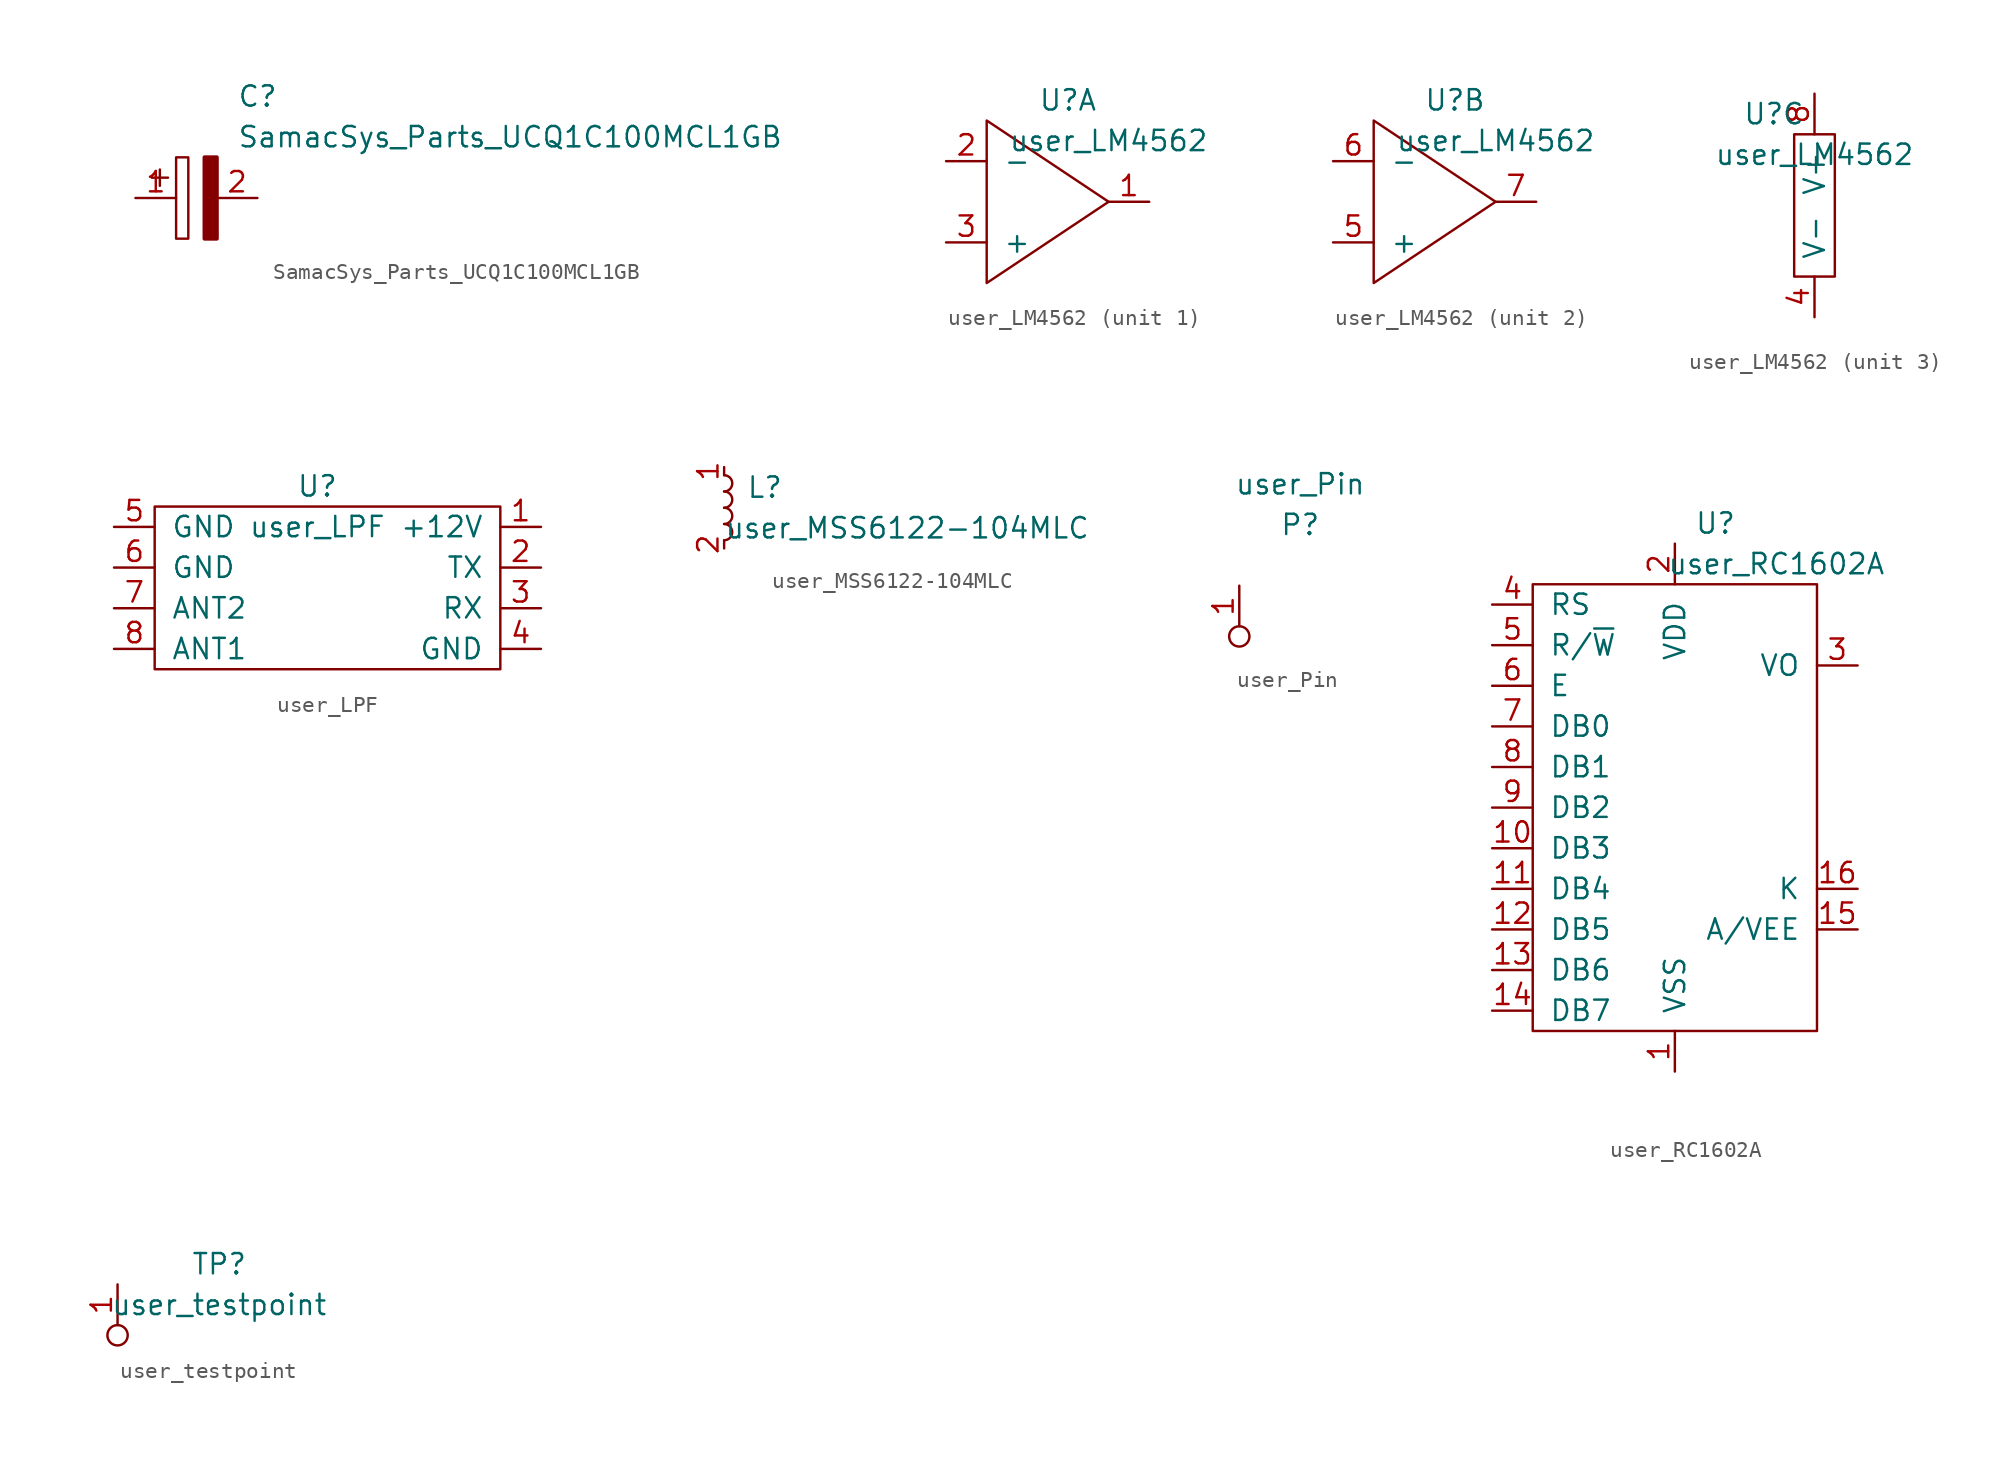
<source format=kicad_sym>
(kicad_symbol_lib
  (version 20211014)
  (generator kicad_symbol_editor)
  (symbol "SamacSys_Parts_UCQ1C100MCL1GB"
    (pin_names
      (offset 0.762))
    (property "Reference" "C"
      (at 8.89 6.35 0)
      (effects (font (size 1.27 1.27)) (justify left)))
    (property "Value" "SamacSys_Parts_UCQ1C100MCL1GB"
      (at 8.89 3.81 0)
      (effects (font (size 1.27 1.27)) (justify left)))
    (symbol "SamacSys_Parts_UCQ1C100MCL1GB_0_0"
      (pin passive line (at 2.54 0 0) (length 2.54) (name "~" (effects (font (size 1.27 1.27)))) (number "1" (effects (font (size 1.27 1.27)))))
      (pin passive line (at 10.16 0 180) (length 2.54) (name "~" (effects (font (size 1.27 1.27)))) (number "2" (effects (font (size 1.27 1.27))))))
    (symbol "SamacSys_Parts_UCQ1C100MCL1GB_0_1"
      (polyline (pts (xy 4.064 1.778) (xy 4.064 0.762)) (stroke (width 0.152) (type default) (color 0 0 0 0)) (fill (type none)))
      (polyline (pts (xy 4.572 1.27) (xy 3.556 1.27)) (stroke (width 0.152) (type default) (color 0 0 0 0)) (fill (type none)))
      (polyline (pts (xy 5.08 2.54) (xy 5.08 -2.54) (xy 5.842 -2.54) (xy 5.842 2.54) (xy 5.08 2.54)) (stroke (width 0.152) (type default) (color 0 0 0 0)) (fill (type none)))
      (polyline (pts (xy 7.62 2.54) (xy 7.62 -2.54) (xy 6.858 -2.54) (xy 6.858 2.54) (xy 7.62 2.54)) (stroke (width 0.254) (type default) (color 0 0 0 0)) (fill (type outline)))))
  (symbol "user_LM4562"
    (pin_names
      (offset 1.016))
    (property "Reference" "U"
      (at -2.54 6.35 0)
      (effects (font (size 1.27 1.27))))
    (property "Value" "user_LM4562"
      (at 0 3.81 0)
      (effects (font (size 1.27 1.27))))
    (property "ki_locked" ""
      (at 0 0 0)
      (effects (font (size 1.27 1.27))))
    (symbol "user_LM4562_1_1"
      (polyline (pts (xy -7.62 5.08) (xy -7.62 -5.08) (xy 0 0) (xy -7.62 5.08)) (stroke (width 0) (type default) (color 0 0 0 0)) (fill (type none)))
      (pin output line (at 2.54 0 180) (length 2.54) (name "~" (effects (font (size 1.27 1.27)))) (number "1" (effects (font (size 1.27 1.27)))))
      (pin input line (at -10.16 2.54 0) (length 2.54) (name "-" (effects (font (size 1.27 1.27)))) (number "2" (effects (font (size 1.27 1.27)))))
      (pin input line (at -10.16 -2.54 0) (length 2.54) (name "+" (effects (font (size 1.27 1.27)))) (number "3" (effects (font (size 1.27 1.27))))))
    (symbol "user_LM4562_2_1"
      (polyline (pts (xy -7.62 5.08) (xy -7.62 -5.08) (xy 0 0) (xy -7.62 5.08)) (stroke (width 0) (type default) (color 0 0 0 0)) (fill (type none)))
      (pin input line (at -10.16 -2.54 0) (length 2.54) (name "+" (effects (font (size 1.27 1.27)))) (number "5" (effects (font (size 1.27 1.27)))))
      (pin input line (at -10.16 2.54 0) (length 2.54) (name "-" (effects (font (size 1.27 1.27)))) (number "6" (effects (font (size 1.27 1.27)))))
      (pin output line (at 2.54 0 180) (length 2.54) (name "~" (effects (font (size 1.27 1.27)))) (number "7" (effects (font (size 1.27 1.27))))))
    (symbol "user_LM4562_3_1"
      (rectangle (start -1.27 5.08) (end 1.27 -3.81) (stroke (width 0) (type default) (color 0 0 0 0)) (fill (type none)))
      (pin power_in line (at 0 -6.35 90) (length 2.54) (name "V-" (effects (font (size 1.27 1.27)))) (number "4" (effects (font (size 1.27 1.27)))))
      (pin power_in line (at 0 7.62 270) (length 2.54) (name "V+" (effects (font (size 1.27 1.27)))) (number "8" (effects (font (size 1.27 1.27)))))))
  (symbol "user_LPF"
    (pin_names
      (offset 1.016))
    (property "Reference" "U"
      (at 0 8.89 0)
      (effects (font (size 1.27 1.27))))
    (property "Value" "user_LPF"
      (at 0 6.35 0)
      (effects (font (size 1.27 1.27))))
    (symbol "user_LPF_0_1"
      (rectangle (start -10.16 7.62) (end 11.43 -2.54) (stroke (width 0) (type default) (color 0 0 0 0)) (fill (type none))))
    (symbol "user_LPF_1_1"
      (pin power_in line (at 13.97 6.35 180) (length 2.54) (name "+12V" (effects (font (size 1.27 1.27)))) (number "1" (effects (font (size 1.27 1.27)))))
      (pin input line (at 13.97 3.81 180) (length 2.54) (name "TX" (effects (font (size 1.27 1.27)))) (number "2" (effects (font (size 1.27 1.27)))))
      (pin output line (at 13.97 1.27 180) (length 2.54) (name "RX" (effects (font (size 1.27 1.27)))) (number "3" (effects (font (size 1.27 1.27)))))
      (pin power_in line (at 13.97 -1.27 180) (length 2.54) (name "GND" (effects (font (size 1.27 1.27)))) (number "4" (effects (font (size 1.27 1.27)))))
      (pin power_in line (at -12.7 6.35 0) (length 2.54) (name "GND" (effects (font (size 1.27 1.27)))) (number "5" (effects (font (size 1.27 1.27)))))
      (pin power_in line (at -12.7 3.81 0) (length 2.54) (name "GND" (effects (font (size 1.27 1.27)))) (number "6" (effects (font (size 1.27 1.27)))))
      (pin bidirectional line (at -12.7 1.27 0) (length 2.54) (name "ANT2" (effects (font (size 1.27 1.27)))) (number "7" (effects (font (size 1.27 1.27)))))
      (pin bidirectional line (at -12.7 -1.27 0) (length 2.54) (name "ANT1" (effects (font (size 1.27 1.27)))) (number "8" (effects (font (size 1.27 1.27)))))))
  (symbol "user_MSS6122-104MLC"
    (pin_names
      (offset 1.016))
    (property "Reference" "L"
      (at 2.54 1.27 0)
      (effects (font (size 1.27 1.27))))
    (property "Value" "user_MSS6122-104MLC"
      (at 11.43 -1.27 0)
      (effects (font (size 1.27 1.27))))
    (symbol "user_MSS6122-104MLC_1_1"
      (arc (start 0 -2.032) (mid 0.508 -1.524) (end 0 -1.016) (stroke (width 0) (type default) (color 0 0 0 0)) (fill (type none)))
      (arc (start 0 -1.016) (mid 0.508 -0.508) (end 0 0) (stroke (width 0) (type default) (color 0 0 0 0)) (fill (type none)))
      (arc (start 0 0) (mid 0.508 0.508) (end 0 1.016) (stroke (width 0) (type default) (color 0 0 0 0)) (fill (type none)))
      (arc (start 0 1.016) (mid 0.508 1.524) (end 0 2.032) (stroke (width 0) (type default) (color 0 0 0 0)) (fill (type none)))
      (pin passive line (at 0 2.54 270) (length 0.508) (name "~" (effects (font (size 1.27 1.27)))) (number "1" (effects (font (size 1.27 1.27)))))
      (pin passive line (at 0 -2.54 90) (length 0.508) (name "~" (effects (font (size 1.27 1.27)))) (number "2" (effects (font (size 1.27 1.27)))))))
  (symbol "user_Pin"
    (pin_names
      (offset 1.016))
    (property "Reference" "P"
      (at 3.81 6.35 0)
      (effects (font (size 1.27 1.27))))
    (property "Value" "user_Pin"
      (at 3.81 8.89 0)
      (effects (font (size 1.27 1.27))))
    (symbol "user_Pin_0_1"
      (circle (center 0 -0.635) (radius 0.635) (stroke (width 0) (type default) (color 0 0 0 0)) (fill (type none))))
    (symbol "user_Pin_1_1"
      (pin unspecified line (at 0 2.54 270) (length 2.54) (name "~" (effects (font (size 1.27 1.27)))) (number "1" (effects (font (size 1.27 1.27)))))))
  (symbol "user_RC1602A"
    (pin_names
      (offset 1.016))
    (property "Reference" "U"
      (at 2.54 8.89 0)
      (effects (font (size 1.27 1.27))))
    (property "Value" "user_RC1602A"
      (at 6.35 6.35 0)
      (effects (font (size 1.27 1.27))))
    (symbol "user_RC1602A_0_1"
      (rectangle (start -8.89 5.08) (end 8.89 -22.86) (stroke (width 0) (type default) (color 0 0 0 0)) (fill (type none))))
    (symbol "user_RC1602A_1_1"
      (pin power_in line (at 0 -25.4 90) (length 2.54) (name "VSS" (effects (font (size 1.27 1.27)))) (number "1" (effects (font (size 1.27 1.27)))))
      (pin bidirectional line (at -11.43 -11.43 0) (length 2.54) (name "DB3" (effects (font (size 1.27 1.27)))) (number "10" (effects (font (size 1.27 1.27)))))
      (pin bidirectional line (at -11.43 -13.97 0) (length 2.54) (name "DB4" (effects (font (size 1.27 1.27)))) (number "11" (effects (font (size 1.27 1.27)))))
      (pin bidirectional line (at -11.43 -16.51 0) (length 2.54) (name "DB5" (effects (font (size 1.27 1.27)))) (number "12" (effects (font (size 1.27 1.27)))))
      (pin bidirectional line (at -11.43 -19.05 0) (length 2.54) (name "DB6" (effects (font (size 1.27 1.27)))) (number "13" (effects (font (size 1.27 1.27)))))
      (pin bidirectional line (at -11.43 -21.59 0) (length 2.54) (name "DB7" (effects (font (size 1.27 1.27)))) (number "14" (effects (font (size 1.27 1.27)))))
      (pin power_in line (at 11.43 -16.51 180) (length 2.54) (name "A/VEE" (effects (font (size 1.27 1.27)))) (number "15" (effects (font (size 1.27 1.27)))))
      (pin power_in line (at 11.43 -13.97 180) (length 2.54) (name "K" (effects (font (size 1.27 1.27)))) (number "16" (effects (font (size 1.27 1.27)))))
      (pin power_in line (at 0 7.62 270) (length 2.54) (name "VDD" (effects (font (size 1.27 1.27)))) (number "2" (effects (font (size 1.27 1.27)))))
      (pin input line (at 11.43 0 180) (length 2.54) (name "VO" (effects (font (size 1.27 1.27)))) (number "3" (effects (font (size 1.27 1.27)))))
      (pin input line (at -11.43 3.81 0) (length 2.54) (name "RS" (effects (font (size 1.27 1.27)))) (number "4" (effects (font (size 1.27 1.27)))))
      (pin input line (at -11.43 1.27 0) (length 2.54) (name "R/~{W}" (effects (font (size 1.27 1.27)))) (number "5" (effects (font (size 1.27 1.27)))))
      (pin input line (at -11.43 -1.27 0) (length 2.54) (name "E" (effects (font (size 1.27 1.27)))) (number "6" (effects (font (size 1.27 1.27)))))
      (pin bidirectional line (at -11.43 -3.81 0) (length 2.54) (name "DB0" (effects (font (size 1.27 1.27)))) (number "7" (effects (font (size 1.27 1.27)))))
      (pin bidirectional line (at -11.43 -6.35 0) (length 2.54) (name "DB1" (effects (font (size 1.27 1.27)))) (number "8" (effects (font (size 1.27 1.27)))))
      (pin bidirectional line (at -11.43 -8.89 0) (length 2.54) (name "DB2" (effects (font (size 1.27 1.27)))) (number "9" (effects (font (size 1.27 1.27)))))))
  (symbol "user_testpoint"
    (pin_names
      (offset 1.016))
    (property "Reference" "TP"
      (at 6.35 3.81 0)
      (effects (font (size 1.27 1.27))))
    (property "Value" "user_testpoint"
      (at 6.35 1.27 0)
      (effects (font (size 1.27 1.27))))
    (symbol "user_testpoint_0_1"
      (circle (center 0 -0.635) (radius 0.635) (stroke (width 0) (type default) (color 0 0 0 0)) (fill (type none))))
    (symbol "user_testpoint_1_1"
      (pin passive line (at 0 2.54 270) (length 2.54) (name "~" (effects (font (size 1.27 1.27)))) (number "1" (effects (font (size 1.27 1.27))))))))
</source>
